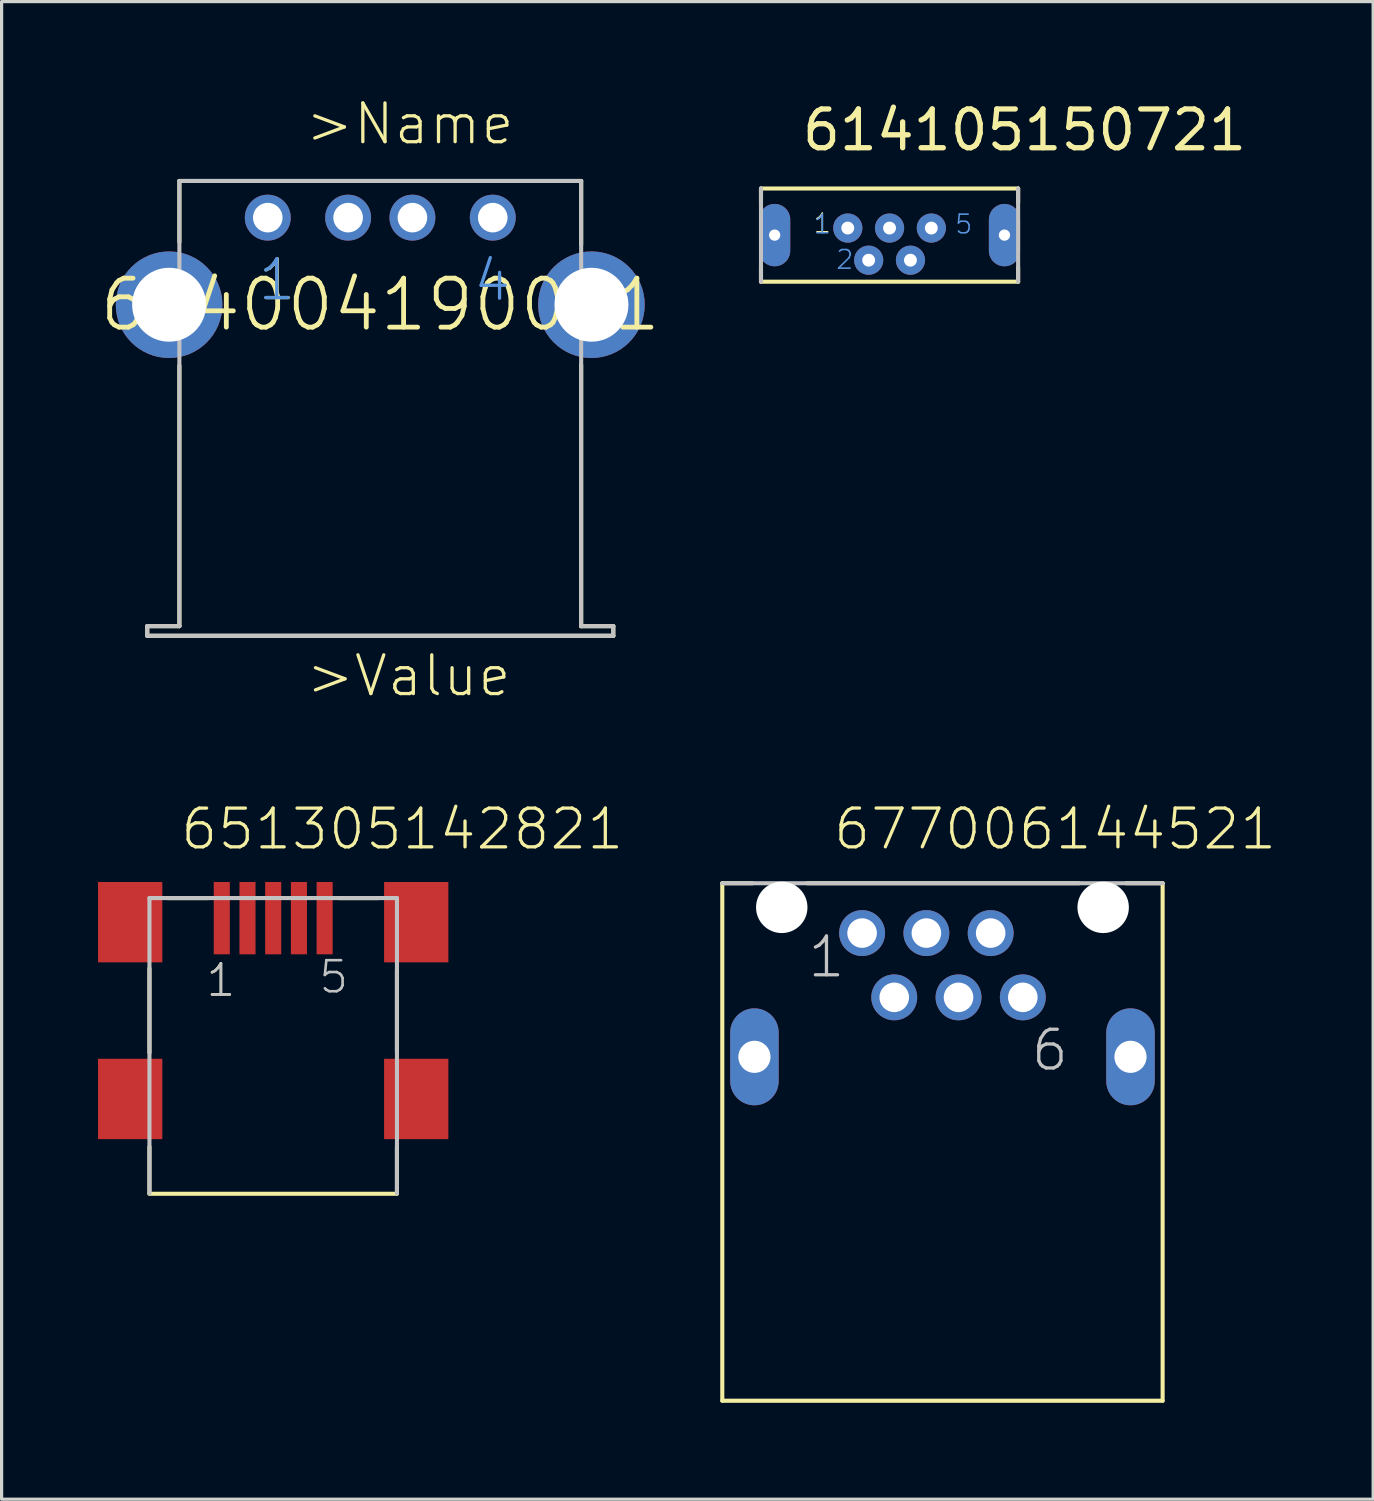
<source format=kicad_pcb>
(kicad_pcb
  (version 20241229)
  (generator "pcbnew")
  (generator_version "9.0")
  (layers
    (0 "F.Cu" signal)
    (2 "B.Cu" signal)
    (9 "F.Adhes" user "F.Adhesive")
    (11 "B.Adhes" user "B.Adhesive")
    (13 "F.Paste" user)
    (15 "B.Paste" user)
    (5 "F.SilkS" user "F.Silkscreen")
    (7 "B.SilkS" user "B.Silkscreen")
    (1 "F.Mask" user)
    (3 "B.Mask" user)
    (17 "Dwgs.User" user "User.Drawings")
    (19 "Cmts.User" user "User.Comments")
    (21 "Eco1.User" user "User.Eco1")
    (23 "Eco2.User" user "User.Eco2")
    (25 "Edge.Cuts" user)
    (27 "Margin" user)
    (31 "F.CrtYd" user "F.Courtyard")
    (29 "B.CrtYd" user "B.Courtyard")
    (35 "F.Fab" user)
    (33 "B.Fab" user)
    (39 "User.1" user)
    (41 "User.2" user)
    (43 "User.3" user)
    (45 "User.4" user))
  (footprint "651305142821"
    (layer "F.Cu")
    (at 5.45 25.641)
    (property "Reference" "651305142821" (at -2.943 -2.191 0) (layer "F.SilkS") (effects (font (size 1.206 1.206) (thickness 0.102)) (justify left bottom)))
    (attr through_hole)
    (fp_line (start -3.85 1.44) (end -3.85 4.06) (stroke (width 0.127) (type solid)) (layer "F.SilkS"))
    (fp_line (start -3.85 6.99) (end -3.85 8.44) (stroke (width 0.127) (type solid)) (layer "F.SilkS"))
    (fp_line (start -3.85 8.45) (end 3.85 8.45) (stroke (width 0.127) (type solid)) (layer "F.SilkS"))
    (fp_line (start -3.28 -0.75) (end -2.03 -0.75) (stroke (width 0.127) (type solid)) (layer "F.SilkS"))
    (fp_line (start 2.05 -0.75) (end 3.26 -0.75) (stroke (width 0.127) (type solid)) (layer "F.SilkS"))
    (fp_line (start 3.85 1.49) (end 3.85 4.03) (stroke (width 0.127) (type solid)) (layer "F.SilkS"))
    (fp_line (start 3.85 6.99) (end 3.85 8.44) (stroke (width 0.127) (type solid)) (layer "F.SilkS"))
    (fp_line (start -3.85 -0.75) (end -3.85 8.44) (stroke (width 0.127) (type solid)) (layer "Dwgs.User"))
    (fp_line (start 3.85 -0.75) (end -3.85 -0.75) (stroke (width 0.127) (type solid)) (layer "Dwgs.User"))
    (fp_line (start 3.85 8.44) (end 3.85 -0.75) (stroke (width 0.127) (type solid)) (layer "Dwgs.User"))
    (fp_text user "1" (at -2.14 2.37 0) (layer "F.SilkS") (effects (font (size 0.965 0.965) (thickness 0.081)) (justify left bottom)))
    (fp_text user "1" (at -2.14 2.37 0) (layer "Dwgs.User") (effects (font (size 0.965 0.965) (thickness 0.081)) (justify left bottom)))
    (fp_text user "5" (at 1.37 2.27 0) (layer "Dwgs.User") (effects (font (size 0.965 0.965) (thickness 0.081)) (justify left bottom)))
    (pad "1" smd rect (at -1.6 -0.125) (size 0.5 2.25) (layers "F.Cu" "F.Mask" "F.Paste"))
    (pad "2" smd rect (at -0.8 -0.125) (size 0.5 2.25) (layers "F.Cu" "F.Mask" "F.Paste"))
    (pad "3" smd rect (at 0 -0.125) (size 0.5 2.25) (layers "F.Cu" "F.Mask" "F.Paste"))
    (pad "4" smd rect (at 0.8 -0.125) (size 0.5 2.25) (layers "F.Cu" "F.Mask" "F.Paste"))
    (pad "5" smd rect (at 1.6 -0.125) (size 0.5 2.25) (layers "F.Cu" "F.Mask" "F.Paste"))
    (pad "SHEL" smd rect (at -4.45 0) (size 2 2.5) (layers "F.Cu" "F.Mask" "F.Paste"))
    (pad "SHEL" smd rect (at -4.45 5.5) (size 2 2.5) (layers "F.Cu" "F.Mask" "F.Paste"))
    (pad "SHEL" smd rect (at 4.45 0) (size 2 2.5) (layers "F.Cu" "F.Mask" "F.Paste"))
    (pad "SHEL" smd rect (at 4.45 5.5) (size 2 2.5) (layers "F.Cu" "F.Mask" "F.Paste")))
  (footprint "614004190021"
    (layer "F.Cu")
    (at 8.781 6.431)
    (property "Reference" "614004190021" (at 0 0 0) (layer "F.SilkS") (effects (font (size 1.524 1.524) (thickness 0.15))))
    (attr through_hole)
    (fp_line (start -7.25 10) (end -7.25 10.3) (stroke (width 0.127) (type solid)) (layer "F.SilkS"))
    (fp_line (start -7.25 10.3) (end 7.25 10.3) (stroke (width 0.127) (type solid)) (layer "F.SilkS"))
    (fp_line (start -6.25 -3.85) (end 6.25 -3.85) (stroke (width 0.127) (type solid)) (layer "F.SilkS"))
    (fp_line (start -6.25 -1.95) (end -6.25 -3.85) (stroke (width 0.127) (type solid)) (layer "F.SilkS"))
    (fp_line (start -6.25 1.89) (end -6.25 10) (stroke (width 0.127) (type solid)) (layer "F.SilkS"))
    (fp_line (start -6.25 10) (end -7.25 10) (stroke (width 0.127) (type solid)) (layer "F.SilkS"))
    (fp_line (start 6.25 -3.85) (end 6.25 -1.87) (stroke (width 0.127) (type solid)) (layer "F.SilkS"))
    (fp_line (start 6.25 10) (end 6.25 1.87) (stroke (width 0.127) (type solid)) (layer "F.SilkS"))
    (fp_line (start 6.28 9.99) (end 6.25 10) (stroke (width 0.127) (type solid)) (layer "F.SilkS"))
    (fp_line (start 7.25 10) (end 6.25 10) (stroke (width 0.127) (type solid)) (layer "F.SilkS"))
    (fp_line (start 7.25 10.3) (end 7.25 10) (stroke (width 0.127) (type solid)) (layer "F.SilkS"))
    (fp_line (start -7.25 10) (end -7.25 10.3) (stroke (width 0.127) (type solid)) (layer "Dwgs.User"))
    (fp_line (start -7.25 10.3) (end 7.25 10.3) (stroke (width 0.127) (type solid)) (layer "Dwgs.User"))
    (fp_line (start -6.25 -3.85) (end 6.25 -3.85) (stroke (width 0.127) (type solid)) (layer "Dwgs.User"))
    (fp_line (start -6.25 10) (end -7.25 10) (stroke (width 0.127) (type solid)) (layer "Dwgs.User"))
    (fp_line (start -6.25 10) (end -6.25 -3.85) (stroke (width 0.127) (type solid)) (layer "Dwgs.User"))
    (fp_line (start 6.25 10) (end 6.25 -3.85) (stroke (width 0.127) (type solid)) (layer "Dwgs.User"))
    (fp_line (start 7.25 10) (end 6.25 10) (stroke (width 0.127) (type solid)) (layer "Dwgs.User"))
    (fp_line (start 7.25 10) (end 7.25 10.3) (stroke (width 0.127) (type solid)) (layer "Dwgs.User"))
    (fp_text user "1" (at -3.85 -0.07 0) (layer "F.SilkS") (effects (font (size 1.206 1.206) (thickness 0.102)) (justify left bottom)))
    (fp_text user ">Name" (at -2.39 -4.92 0) (layer "F.SilkS") (effects (font (size 1.206 1.206) (thickness 0.102)) (justify left bottom)))
    (fp_text user ">Value" (at -2.37 12.25 0) (layer "F.SilkS") (effects (font (size 1.206 1.206) (thickness 0.102)) (justify left bottom)))
    (fp_text user "1" (at -3.86 -0.07 0) (layer "Cmts.User") (effects (font (size 1.206 1.206) (thickness 0.102)) (justify left bottom)))
    (fp_text user "4" (at 2.84 -0.05 0) (layer "Cmts.User") (effects (font (size 1.206 1.206) (thickness 0.102)) (justify left bottom)))
    (pad "1" thru_hole circle (at -3.5 -2.71) (size 1.428 1.428) (drill 0.92) (layers "*.Cu" "*.Mask"))
    (pad "2" thru_hole circle (at -1 -2.71) (size 1.428 1.428) (drill 0.92) (layers "*.Cu" "*.Mask"))
    (pad "3" thru_hole circle (at 1 -2.71) (size 1.428 1.428) (drill 0.92) (layers "*.Cu" "*.Mask"))
    (pad "4" thru_hole circle (at 3.5 -2.71) (size 1.428 1.428) (drill 0.92) (layers "*.Cu" "*.Mask"))
    (pad "SHEL" thru_hole circle (at -6.57 0) (size 3.316 3.316) (drill 2.3) (layers "*.Cu" "*.Mask"))
    (pad "SHEL" thru_hole circle (at 6.57 0) (size 3.316 3.316) (drill 2.3) (layers "*.Cu" "*.Mask")))
  (footprint "677006144521"
    (layer "F.Cu")
    (at 26.272 26.98)
    (property "Reference" "677006144521" (at -3.452 -3.531 0) (layer "F.SilkS") (effects (font (size 1.206 1.206) (thickness 0.102)) (justify left bottom)))
    (attr through_hole)
    (fp_line (start -6.85 -2.55) (end -6.85 13.55) (stroke (width 0.127) (type solid)) (layer "F.SilkS"))
    (fp_line (start -6.85 13.55) (end 6.85 13.55) (stroke (width 0.127) (type solid)) (layer "F.SilkS"))
    (fp_line (start -5.91 -2.55) (end -6.85 -2.55) (stroke (width 0.127) (type solid)) (layer "F.SilkS"))
    (fp_line (start -4.2 -2.55) (end 4.25 -2.55) (stroke (width 0.127) (type solid)) (layer "F.SilkS"))
    (fp_line (start 5.71 -2.55) (end 6.85 -2.55) (stroke (width 0.127) (type solid)) (layer "F.SilkS"))
    (fp_line (start 6.85 13.55) (end 6.85 -2.55) (stroke (width 0.127) (type solid)) (layer "F.SilkS"))
    (fp_line (start 6.85 -2.55) (end -6.85 -2.55) (stroke (width 0.127) (type solid)) (layer "Dwgs.User"))
    (fp_text user "1" (at -4.25 0.45 0) (layer "Dwgs.User") (effects (font (size 1.206 1.206) (thickness 0.102)) (justify left bottom)))
    (fp_text user "6" (at 2.7 3.35 0) (layer "Dwgs.User") (effects (font (size 1.206 1.206) (thickness 0.102)) (justify left bottom)))
    (pad "" np_thru_hole circle (at -5 -1.8) (size 1.6 1.6) (drill 1.6) (layers "*.Cu"))
    (pad "" np_thru_hole circle (at 5 -1.8) (size 1.6 1.6) (drill 1.6) (layers "*.Cu"))
    (pad "1" thru_hole circle (at -2.5 -1) (size 1.428 1.428) (drill 0.92) (layers "*.Cu" "*.Mask"))
    (pad "2" thru_hole circle (at -1.5 1) (size 1.428 1.428) (drill 0.92) (layers "*.Cu" "*.Mask"))
    (pad "3" thru_hole circle (at -0.5 -1) (size 1.428 1.428) (drill 0.92) (layers "*.Cu" "*.Mask"))
    (pad "4" thru_hole circle (at 0.5 1) (size 1.428 1.428) (drill 0.92) (layers "*.Cu" "*.Mask"))
    (pad "5" thru_hole circle (at 1.5 -1) (size 1.428 1.428) (drill 0.92) (layers "*.Cu" "*.Mask"))
    (pad "6" thru_hole circle (at 2.5 1) (size 1.428 1.428) (drill 0.92) (layers "*.Cu" "*.Mask"))
    (pad "SELL" thru_hole oval (at 5.85 2.85 90) (size 3.016 1.508) (drill 1) (layers "*.Cu" "*.Mask"))
    (pad "SHEL" thru_hole oval (at -5.85 2.85 90) (size 3.016 1.508) (drill 1) (layers "*.Cu" "*.Mask")))
  (footprint "614105150721"
    (layer "F.Cu")
    (at 24.626 4.265)
    (property "Reference" "614105150721" (at -2.802 -2.563 0) (layer "F.SilkS") (effects (font (size 1.206 1.206) (thickness 0.165)) (justify left bottom)))
    (attr through_hole)
    (fp_line (start -4 -1.45) (end 4 -1.45) (stroke (width 0.127) (type solid)) (layer "F.SilkS"))
    (fp_line (start -4 -1.01) (end -4 -1.45) (stroke (width 0.127) (type solid)) (layer "F.SilkS"))
    (fp_line (start -4 1.01) (end -4 1.45) (stroke (width 0.127) (type solid)) (layer "F.SilkS"))
    (fp_line (start -4 1.45) (end 4 1.45) (stroke (width 0.127) (type solid)) (layer "F.SilkS"))
    (fp_line (start 4 -1.01) (end 4 -1.45) (stroke (width 0.127) (type solid)) (layer "F.SilkS"))
    (fp_line (start 4 1.01) (end 4 1.45) (stroke (width 0.127) (type solid)) (layer "F.SilkS"))
    (fp_line (start -4 1.45) (end -4 -1.45) (stroke (width 0.127) (type solid)) (layer "Dwgs.User"))
    (fp_line (start 4 1.45) (end 4 -1.45) (stroke (width 0.127) (type solid)) (layer "Dwgs.User"))
    (fp_text user "1" (at -2.4 -0.03 0) (layer "F.SilkS") (effects (font (size 0.579 0.579) (thickness 0.049)) (justify left bottom)))
    (fp_text user "2" (at -1.7 1.1 0) (layer "Cmts.User") (effects (font (size 0.579 0.579) (thickness 0.049)) (justify left bottom)))
    (fp_text user "1" (at -2.4 0 0) (layer "Cmts.User") (effects (font (size 0.579 0.579) (thickness 0.049)) (justify left bottom)))
    (fp_text user "5" (at 2 0 0) (layer "Cmts.User") (effects (font (size 0.579 0.579) (thickness 0.049)) (justify left bottom)))
    (pad "1" thru_hole circle (at -1.3 -0.22 270) (size 0.908 0.908) (drill 0.4) (layers "*.Cu" "*.Mask"))
    (pad "2" thru_hole circle (at -0.65 0.78 90) (size 0.908 0.908) (drill 0.4) (layers "*.Cu" "*.Mask"))
    (pad "3" thru_hole circle (at 0 -0.22 270) (size 0.908 0.908) (drill 0.4) (layers "*.Cu" "*.Mask"))
    (pad "4" thru_hole circle (at 0.65 0.78 90) (size 0.908 0.908) (drill 0.4) (layers "*.Cu" "*.Mask"))
    (pad "5" thru_hole circle (at 1.3 -0.22 270) (size 0.908 0.908) (drill 0.4) (layers "*.Cu" "*.Mask"))
    (pad "SHEL" thru_hole oval (at -3.575 0 90) (size 1.94 0.97) (drill 0.35) (layers "*.Cu" "*.Mask"))
    (pad "SHEL" thru_hole oval (at 3.575 0 90) (size 1.94 0.97) (drill 0.35) (layers "*.Cu" "*.Mask")))
  (gr_rect
    (start -3 -3)
    (end 39.672 43.594)
    (stroke (width 0.1) (type default))
    (fill no)
    (layer "Edge.Cuts")))
</source>
